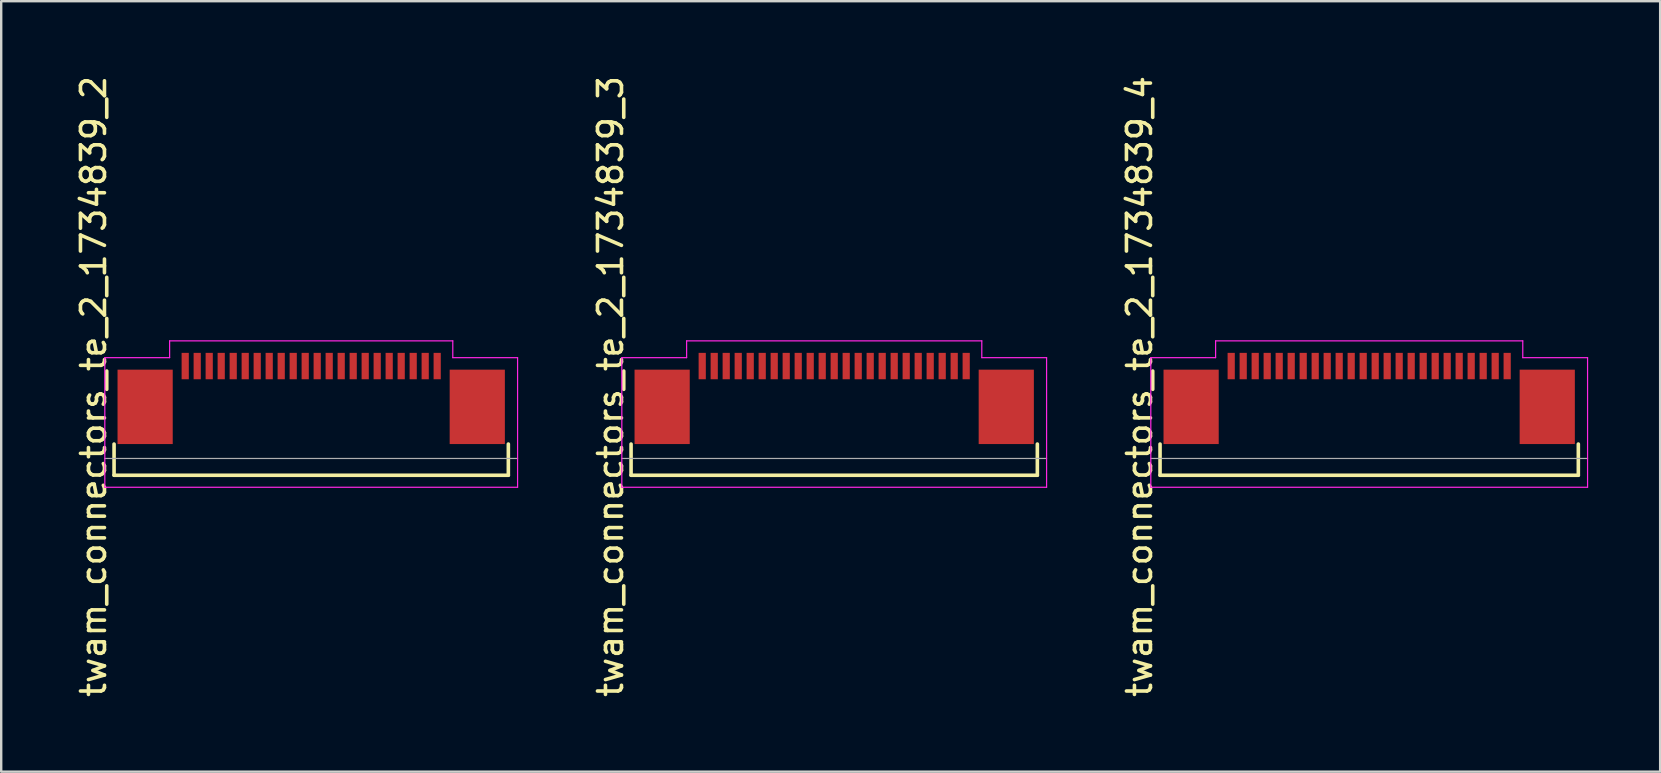
<source format=kicad_pcb>
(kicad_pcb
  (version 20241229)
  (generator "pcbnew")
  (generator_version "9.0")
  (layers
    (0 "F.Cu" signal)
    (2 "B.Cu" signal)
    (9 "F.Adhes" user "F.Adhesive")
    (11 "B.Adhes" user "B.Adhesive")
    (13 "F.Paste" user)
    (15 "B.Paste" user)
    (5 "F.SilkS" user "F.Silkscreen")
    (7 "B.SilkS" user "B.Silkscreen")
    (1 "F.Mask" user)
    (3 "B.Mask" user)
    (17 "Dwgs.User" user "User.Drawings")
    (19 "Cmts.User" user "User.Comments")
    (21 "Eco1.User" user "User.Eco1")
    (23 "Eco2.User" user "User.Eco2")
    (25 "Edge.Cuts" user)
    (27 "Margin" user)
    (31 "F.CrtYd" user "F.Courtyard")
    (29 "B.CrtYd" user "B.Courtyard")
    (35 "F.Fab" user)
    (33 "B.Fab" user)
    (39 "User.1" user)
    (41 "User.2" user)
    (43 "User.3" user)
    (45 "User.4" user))
  (footprint "twam_connectors_te_2_1734839_3"
    (layer "F.Cu")
    (at 31.712 13.054)
    (property "Reference" "twam_connectors_te_2_1734839_3" (at -9.32 0 270) (layer "F.SilkS") (effects (font (size 1 1) (thickness 0.15))))
    (attr smd)
    (fp_line (start -8.465 2.4) (end -8.465 3.7) (stroke (width 0.15) (type solid)) (layer "F.SilkS"))
    (fp_line (start -8.465 3.7) (end 8.465 3.7) (stroke (width 0.15) (type solid)) (layer "F.SilkS"))
    (fp_line (start 8.465 2.4) (end 8.465 3.7) (stroke (width 0.15) (type solid)) (layer "F.SilkS"))
    (fp_line (start -8.85 -1.2) (end -8.85 4.2) (stroke (width 0.05) (type solid)) (layer "F.CrtYd"))
    (fp_line (start -8.85 -1.2) (end -6.15 -1.2) (stroke (width 0.05) (type solid)) (layer "F.CrtYd"))
    (fp_line (start -8.85 4.2) (end 8.85 4.2) (stroke (width 0.05) (type solid)) (layer "F.CrtYd"))
    (fp_line (start -6.15 -1.9) (end -6.15 -1.2) (stroke (width 0.05) (type solid)) (layer "F.CrtYd"))
    (fp_line (start -6.15 -1.9) (end 6.15 -1.9) (stroke (width 0.05) (type solid)) (layer "F.CrtYd"))
    (fp_line (start 6.15 -1.9) (end 6.15 -1.2) (stroke (width 0.05) (type solid)) (layer "F.CrtYd"))
    (fp_line (start 6.15 -1.2) (end 8.85 -1.2) (stroke (width 0.05) (type solid)) (layer "F.CrtYd"))
    (fp_line (start 8.85 -1.2) (end 8.85 4.2) (stroke (width 0.05) (type solid)) (layer "F.CrtYd"))
    (fp_line (start -8.85 3) (end 8.85 3) (stroke (width 0.05) (type solid)) (layer "F.Fab"))
    (pad "1" smd rect (at 5.5 -0.85) (size 0.3 1.1) (layers "F.Cu" "F.Mask" "F.Paste"))
    (pad "2" smd rect (at 5 -0.85) (size 0.3 1.1) (layers "F.Cu" "F.Mask" "F.Paste"))
    (pad "3" smd rect (at 4.5 -0.85) (size 0.3 1.1) (layers "F.Cu" "F.Mask" "F.Paste"))
    (pad "4" smd rect (at 4 -0.85) (size 0.3 1.1) (layers "F.Cu" "F.Mask" "F.Paste"))
    (pad "5" smd rect (at 3.5 -0.85) (size 0.3 1.1) (layers "F.Cu" "F.Mask" "F.Paste"))
    (pad "6" smd rect (at 3 -0.85) (size 0.3 1.1) (layers "F.Cu" "F.Mask" "F.Paste"))
    (pad "7" smd rect (at 2.5 -0.85) (size 0.3 1.1) (layers "F.Cu" "F.Mask" "F.Paste"))
    (pad "8" smd rect (at 2 -0.85) (size 0.3 1.1) (layers "F.Cu" "F.Mask" "F.Paste"))
    (pad "9" smd rect (at 1.5 -0.85) (size 0.3 1.1) (layers "F.Cu" "F.Mask" "F.Paste"))
    (pad "10" smd rect (at 1 -0.85) (size 0.3 1.1) (layers "F.Cu" "F.Mask" "F.Paste"))
    (pad "11" smd rect (at 0.5 -0.85) (size 0.3 1.1) (layers "F.Cu" "F.Mask" "F.Paste"))
    (pad "12" smd rect (at 0 -0.85) (size 0.3 1.1) (layers "F.Cu" "F.Mask" "F.Paste"))
    (pad "13" smd rect (at -0.5 -0.85) (size 0.3 1.1) (layers "F.Cu" "F.Mask" "F.Paste"))
    (pad "14" smd rect (at -1 -0.85) (size 0.3 1.1) (layers "F.Cu" "F.Mask" "F.Paste"))
    (pad "15" smd rect (at -1.5 -0.85) (size 0.3 1.1) (layers "F.Cu" "F.Mask" "F.Paste"))
    (pad "16" smd rect (at -2 -0.85) (size 0.3 1.1) (layers "F.Cu" "F.Mask" "F.Paste"))
    (pad "17" smd rect (at -2.5 -0.85) (size 0.3 1.1) (layers "F.Cu" "F.Mask" "F.Paste"))
    (pad "18" smd rect (at -3 -0.85) (size 0.3 1.1) (layers "F.Cu" "F.Mask" "F.Paste"))
    (pad "19" smd rect (at -3.5 -0.85) (size 0.3 1.1) (layers "F.Cu" "F.Mask" "F.Paste"))
    (pad "20" smd rect (at -4 -0.85) (size 0.3 1.1) (layers "F.Cu" "F.Mask" "F.Paste"))
    (pad "21" smd rect (at -4.5 -0.85) (size 0.3 1.1) (layers "F.Cu" "F.Mask" "F.Paste"))
    (pad "22" smd rect (at -5 -0.85) (size 0.3 1.1) (layers "F.Cu" "F.Mask" "F.Paste"))
    (pad "23" smd rect (at -5.5 -0.85) (size 0.3 1.1) (layers "F.Cu" "F.Mask" "F.Paste"))
    (pad "F1" smd rect (at -7.17 0.85) (size 2.3 3.1) (layers "F.Cu" "F.Mask" "F.Paste"))
    (pad "F2" smd rect (at 7.17 0.85) (size 2.3 3.1) (layers "F.Cu" "F.Mask" "F.Paste")))
  (footprint "twam_connectors_te_2_1734839_4"
    (layer "F.Cu")
    (at 54.005 13.054)
    (property "Reference" "twam_connectors_te_2_1734839_4" (at -9.57 0 270) (layer "F.SilkS") (effects (font (size 1 1) (thickness 0.15))))
    (attr smd)
    (fp_line (start -8.715 2.4) (end -8.715 3.7) (stroke (width 0.15) (type solid)) (layer "F.SilkS"))
    (fp_line (start -8.715 3.7) (end 8.715 3.7) (stroke (width 0.15) (type solid)) (layer "F.SilkS"))
    (fp_line (start 8.715 2.4) (end 8.715 3.7) (stroke (width 0.15) (type solid)) (layer "F.SilkS"))
    (fp_line (start -9.1 -1.2) (end -9.1 4.2) (stroke (width 0.05) (type solid)) (layer "F.CrtYd"))
    (fp_line (start -9.1 -1.2) (end -6.4 -1.2) (stroke (width 0.05) (type solid)) (layer "F.CrtYd"))
    (fp_line (start -9.1 4.2) (end 9.1 4.2) (stroke (width 0.05) (type solid)) (layer "F.CrtYd"))
    (fp_line (start -6.4 -1.9) (end -6.4 -1.2) (stroke (width 0.05) (type solid)) (layer "F.CrtYd"))
    (fp_line (start -6.4 -1.9) (end 6.4 -1.9) (stroke (width 0.05) (type solid)) (layer "F.CrtYd"))
    (fp_line (start 6.4 -1.9) (end 6.4 -1.2) (stroke (width 0.05) (type solid)) (layer "F.CrtYd"))
    (fp_line (start 6.4 -1.2) (end 9.1 -1.2) (stroke (width 0.05) (type solid)) (layer "F.CrtYd"))
    (fp_line (start 9.1 -1.2) (end 9.1 4.2) (stroke (width 0.05) (type solid)) (layer "F.CrtYd"))
    (fp_line (start -9.1 3) (end 9.1 3) (stroke (width 0.05) (type solid)) (layer "F.Fab"))
    (pad "1" smd rect (at 5.75 -0.85) (size 0.3 1.1) (layers "F.Cu" "F.Mask" "F.Paste"))
    (pad "2" smd rect (at 5.25 -0.85) (size 0.3 1.1) (layers "F.Cu" "F.Mask" "F.Paste"))
    (pad "3" smd rect (at 4.75 -0.85) (size 0.3 1.1) (layers "F.Cu" "F.Mask" "F.Paste"))
    (pad "4" smd rect (at 4.25 -0.85) (size 0.3 1.1) (layers "F.Cu" "F.Mask" "F.Paste"))
    (pad "5" smd rect (at 3.75 -0.85) (size 0.3 1.1) (layers "F.Cu" "F.Mask" "F.Paste"))
    (pad "6" smd rect (at 3.25 -0.85) (size 0.3 1.1) (layers "F.Cu" "F.Mask" "F.Paste"))
    (pad "7" smd rect (at 2.75 -0.85) (size 0.3 1.1) (layers "F.Cu" "F.Mask" "F.Paste"))
    (pad "8" smd rect (at 2.25 -0.85) (size 0.3 1.1) (layers "F.Cu" "F.Mask" "F.Paste"))
    (pad "9" smd rect (at 1.75 -0.85) (size 0.3 1.1) (layers "F.Cu" "F.Mask" "F.Paste"))
    (pad "10" smd rect (at 1.25 -0.85) (size 0.3 1.1) (layers "F.Cu" "F.Mask" "F.Paste"))
    (pad "11" smd rect (at 0.75 -0.85) (size 0.3 1.1) (layers "F.Cu" "F.Mask" "F.Paste"))
    (pad "12" smd rect (at 0.25 -0.85) (size 0.3 1.1) (layers "F.Cu" "F.Mask" "F.Paste"))
    (pad "13" smd rect (at -0.25 -0.85) (size 0.3 1.1) (layers "F.Cu" "F.Mask" "F.Paste"))
    (pad "14" smd rect (at -0.75 -0.85) (size 0.3 1.1) (layers "F.Cu" "F.Mask" "F.Paste"))
    (pad "15" smd rect (at -1.25 -0.85) (size 0.3 1.1) (layers "F.Cu" "F.Mask" "F.Paste"))
    (pad "16" smd rect (at -1.75 -0.85) (size 0.3 1.1) (layers "F.Cu" "F.Mask" "F.Paste"))
    (pad "17" smd rect (at -2.25 -0.85) (size 0.3 1.1) (layers "F.Cu" "F.Mask" "F.Paste"))
    (pad "18" smd rect (at -2.75 -0.85) (size 0.3 1.1) (layers "F.Cu" "F.Mask" "F.Paste"))
    (pad "19" smd rect (at -3.25 -0.85) (size 0.3 1.1) (layers "F.Cu" "F.Mask" "F.Paste"))
    (pad "20" smd rect (at -3.75 -0.85) (size 0.3 1.1) (layers "F.Cu" "F.Mask" "F.Paste"))
    (pad "21" smd rect (at -4.25 -0.85) (size 0.3 1.1) (layers "F.Cu" "F.Mask" "F.Paste"))
    (pad "22" smd rect (at -4.75 -0.85) (size 0.3 1.1) (layers "F.Cu" "F.Mask" "F.Paste"))
    (pad "23" smd rect (at -5.25 -0.85) (size 0.3 1.1) (layers "F.Cu" "F.Mask" "F.Paste"))
    (pad "24" smd rect (at -5.75 -0.85) (size 0.3 1.1) (layers "F.Cu" "F.Mask" "F.Paste"))
    (pad "F1" smd rect (at -7.42 0.85) (size 2.3 3.1) (layers "F.Cu" "F.Mask" "F.Paste"))
    (pad "F2" smd rect (at 7.42 0.85) (size 2.3 3.1) (layers "F.Cu" "F.Mask" "F.Paste")))
  (footprint "twam_connectors_te_2_1734839_2"
    (layer "F.Cu")
    (at 9.918 13.054)
    (property "Reference" "twam_connectors_te_2_1734839_2" (at -9.07 0 270) (layer "F.SilkS") (effects (font (size 1 1) (thickness 0.15))))
    (attr smd)
    (fp_line (start -8.215 2.4) (end -8.215 3.7) (stroke (width 0.15) (type solid)) (layer "F.SilkS"))
    (fp_line (start -8.215 3.7) (end 8.215 3.7) (stroke (width 0.15) (type solid)) (layer "F.SilkS"))
    (fp_line (start 8.215 2.4) (end 8.215 3.7) (stroke (width 0.15) (type solid)) (layer "F.SilkS"))
    (fp_line (start -8.6 -1.2) (end -8.6 4.2) (stroke (width 0.05) (type solid)) (layer "F.CrtYd"))
    (fp_line (start -8.6 -1.2) (end -5.9 -1.2) (stroke (width 0.05) (type solid)) (layer "F.CrtYd"))
    (fp_line (start -8.6 4.2) (end 8.6 4.2) (stroke (width 0.05) (type solid)) (layer "F.CrtYd"))
    (fp_line (start -5.9 -1.9) (end -5.9 -1.2) (stroke (width 0.05) (type solid)) (layer "F.CrtYd"))
    (fp_line (start -5.9 -1.9) (end 5.9 -1.9) (stroke (width 0.05) (type solid)) (layer "F.CrtYd"))
    (fp_line (start 5.9 -1.9) (end 5.9 -1.2) (stroke (width 0.05) (type solid)) (layer "F.CrtYd"))
    (fp_line (start 5.9 -1.2) (end 8.6 -1.2) (stroke (width 0.05) (type solid)) (layer "F.CrtYd"))
    (fp_line (start 8.6 -1.2) (end 8.6 4.2) (stroke (width 0.05) (type solid)) (layer "F.CrtYd"))
    (fp_line (start -8.6 3) (end 8.6 3) (stroke (width 0.05) (type solid)) (layer "F.Fab"))
    (pad "1" smd rect (at 5.25 -0.85) (size 0.3 1.1) (layers "F.Cu" "F.Mask" "F.Paste"))
    (pad "2" smd rect (at 4.75 -0.85) (size 0.3 1.1) (layers "F.Cu" "F.Mask" "F.Paste"))
    (pad "3" smd rect (at 4.25 -0.85) (size 0.3 1.1) (layers "F.Cu" "F.Mask" "F.Paste"))
    (pad "4" smd rect (at 3.75 -0.85) (size 0.3 1.1) (layers "F.Cu" "F.Mask" "F.Paste"))
    (pad "5" smd rect (at 3.25 -0.85) (size 0.3 1.1) (layers "F.Cu" "F.Mask" "F.Paste"))
    (pad "6" smd rect (at 2.75 -0.85) (size 0.3 1.1) (layers "F.Cu" "F.Mask" "F.Paste"))
    (pad "7" smd rect (at 2.25 -0.85) (size 0.3 1.1) (layers "F.Cu" "F.Mask" "F.Paste"))
    (pad "8" smd rect (at 1.75 -0.85) (size 0.3 1.1) (layers "F.Cu" "F.Mask" "F.Paste"))
    (pad "9" smd rect (at 1.25 -0.85) (size 0.3 1.1) (layers "F.Cu" "F.Mask" "F.Paste"))
    (pad "10" smd rect (at 0.75 -0.85) (size 0.3 1.1) (layers "F.Cu" "F.Mask" "F.Paste"))
    (pad "11" smd rect (at 0.25 -0.85) (size 0.3 1.1) (layers "F.Cu" "F.Mask" "F.Paste"))
    (pad "12" smd rect (at -0.25 -0.85) (size 0.3 1.1) (layers "F.Cu" "F.Mask" "F.Paste"))
    (pad "13" smd rect (at -0.75 -0.85) (size 0.3 1.1) (layers "F.Cu" "F.Mask" "F.Paste"))
    (pad "14" smd rect (at -1.25 -0.85) (size 0.3 1.1) (layers "F.Cu" "F.Mask" "F.Paste"))
    (pad "15" smd rect (at -1.75 -0.85) (size 0.3 1.1) (layers "F.Cu" "F.Mask" "F.Paste"))
    (pad "16" smd rect (at -2.25 -0.85) (size 0.3 1.1) (layers "F.Cu" "F.Mask" "F.Paste"))
    (pad "17" smd rect (at -2.75 -0.85) (size 0.3 1.1) (layers "F.Cu" "F.Mask" "F.Paste"))
    (pad "18" smd rect (at -3.25 -0.85) (size 0.3 1.1) (layers "F.Cu" "F.Mask" "F.Paste"))
    (pad "19" smd rect (at -3.75 -0.85) (size 0.3 1.1) (layers "F.Cu" "F.Mask" "F.Paste"))
    (pad "20" smd rect (at -4.25 -0.85) (size 0.3 1.1) (layers "F.Cu" "F.Mask" "F.Paste"))
    (pad "21" smd rect (at -4.75 -0.85) (size 0.3 1.1) (layers "F.Cu" "F.Mask" "F.Paste"))
    (pad "22" smd rect (at -5.25 -0.85) (size 0.3 1.1) (layers "F.Cu" "F.Mask" "F.Paste"))
    (pad "F1" smd rect (at -6.92 0.85) (size 2.3 3.1) (layers "F.Cu" "F.Mask" "F.Paste"))
    (pad "F2" smd rect (at 6.92 0.85) (size 2.3 3.1) (layers "F.Cu" "F.Mask" "F.Paste")))
  (gr_rect
    (start -3 -3)
    (end 66.13 29.107)
    (stroke (width 0.1) (type default))
    (fill no)
    (layer "Edge.Cuts")))
</source>
